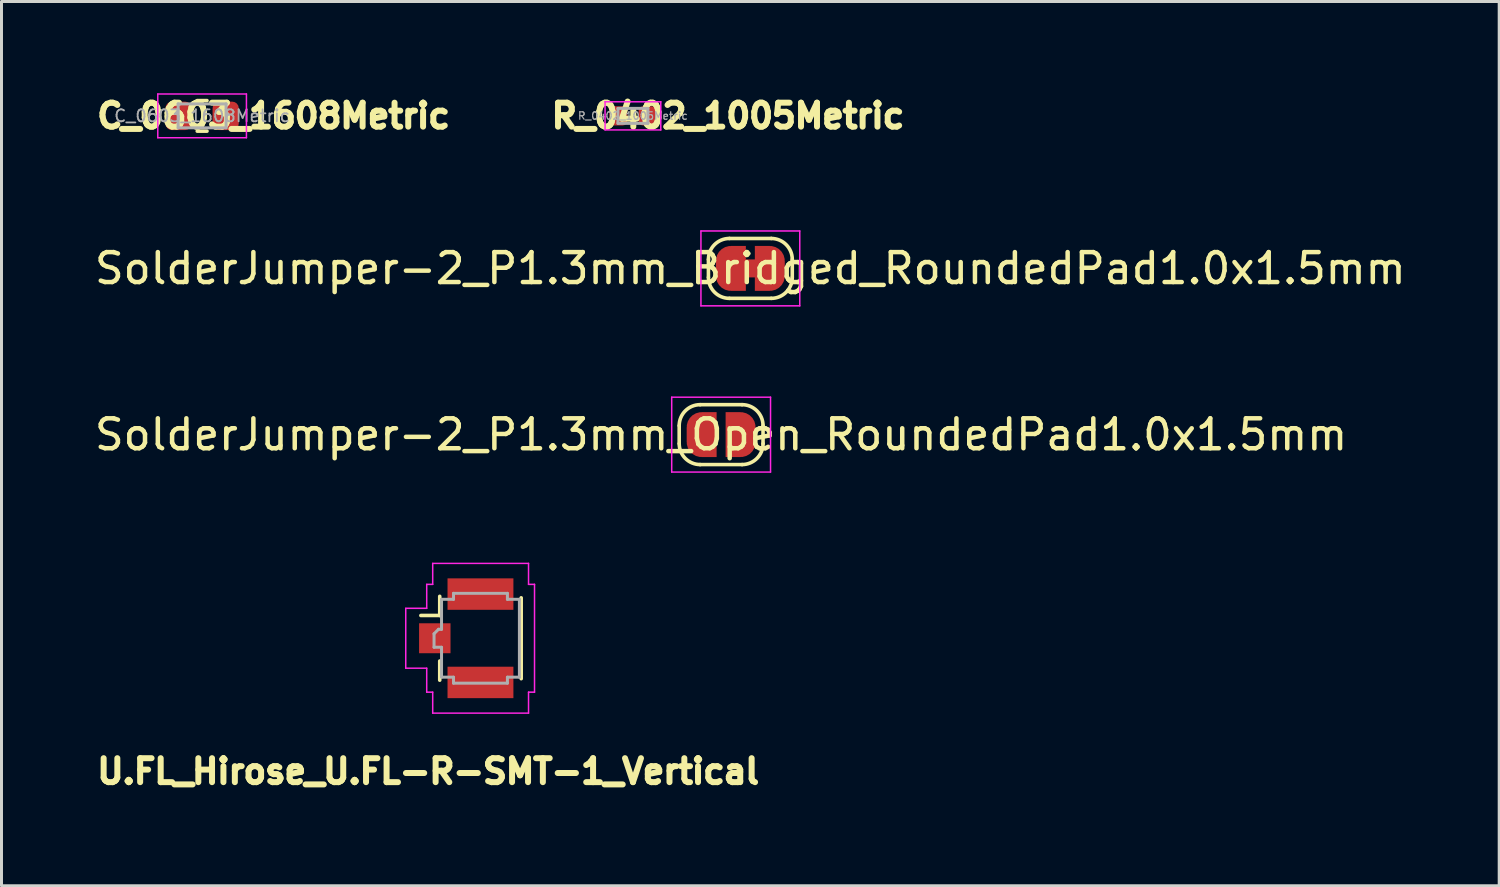
<source format=kicad_pcb>
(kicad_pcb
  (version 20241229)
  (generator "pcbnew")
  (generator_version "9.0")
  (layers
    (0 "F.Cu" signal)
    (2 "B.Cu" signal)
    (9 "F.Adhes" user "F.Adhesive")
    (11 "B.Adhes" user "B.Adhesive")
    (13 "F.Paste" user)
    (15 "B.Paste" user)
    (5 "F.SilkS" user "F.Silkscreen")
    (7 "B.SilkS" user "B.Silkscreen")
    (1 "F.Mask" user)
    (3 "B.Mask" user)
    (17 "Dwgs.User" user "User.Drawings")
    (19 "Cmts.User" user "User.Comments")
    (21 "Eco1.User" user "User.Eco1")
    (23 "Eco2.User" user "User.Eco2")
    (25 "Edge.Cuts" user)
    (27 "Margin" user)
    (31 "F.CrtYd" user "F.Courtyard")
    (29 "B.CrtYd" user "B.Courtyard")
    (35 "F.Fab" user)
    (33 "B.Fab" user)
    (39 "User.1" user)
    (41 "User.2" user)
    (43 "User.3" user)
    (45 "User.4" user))
  (footprint "R_0402_1005Metric"
    (layer "F.Cu")
    (at 18.085 0.819)
    (property "Reference" "R_0402_1005Metric" (at 3.175 0 0) (layer "F.SilkS") (effects (font (size 0.8 0.8) (thickness 0.2))))
    (attr smd)
    (fp_line (start -0.93 -0.47) (end 0.93 -0.47) (stroke (width 0.05) (type solid)) (layer "F.CrtYd"))
    (fp_line (start -0.93 0.47) (end -0.93 -0.47) (stroke (width 0.05) (type solid)) (layer "F.CrtYd"))
    (fp_line (start 0.93 -0.47) (end 0.93 0.47) (stroke (width 0.05) (type solid)) (layer "F.CrtYd"))
    (fp_line (start 0.93 0.47) (end -0.93 0.47) (stroke (width 0.05) (type solid)) (layer "F.CrtYd"))
    (fp_line (start -0.5 -0.25) (end 0.5 -0.25) (stroke (width 0.1) (type solid)) (layer "F.Fab"))
    (fp_line (start -0.5 0.25) (end -0.5 -0.25) (stroke (width 0.1) (type solid)) (layer "F.Fab"))
    (fp_line (start 0.5 -0.25) (end 0.5 0.25) (stroke (width 0.1) (type solid)) (layer "F.Fab"))
    (fp_line (start 0.5 0.25) (end -0.5 0.25) (stroke (width 0.1) (type solid)) (layer "F.Fab"))
    (fp_text user "${REFERENCE}" (at 0 0 0) (layer "F.Fab") (effects (font (size 0.25 0.25) (thickness 0.04))))
    (pad "1" smd roundrect (at -0.485 0) (size 0.59 0.64) (layers "F.Cu" "F.Mask" "F.Paste") (roundrect_rratio 0.25))
    (pad "2" smd roundrect (at 0.485 0) (size 0.59 0.64) (layers "F.Cu" "F.Mask" "F.Paste") (roundrect_rratio 0.25)))
  (footprint "U.FL_Hirose_U.FL-R-SMT-1_Vertical"
    (layer "F.Cu")
    (at 12.519 18.263)
    (property "Reference" "U.FL_Hirose_U.FL-R-SMT-1_Vertical" (at -1.27 4.445 180) (layer "F.SilkS") (effects (font (size 0.8 0.8) (thickness 0.2))))
    (attr smd)
    (fp_line (start -0.885 -1.4) (end -0.885 -0.76) (stroke (width 0.12) (type solid)) (layer "F.SilkS"))
    (fp_line (start -0.885 -0.76) (end -1.515 -0.76) (stroke (width 0.12) (type solid)) (layer "F.SilkS"))
    (fp_line (start -0.885 1.4) (end -0.885 0.76) (stroke (width 0.12) (type solid)) (layer "F.SilkS"))
    (fp_line (start 1.835 -1.35) (end 1.835 1.35) (stroke (width 0.12) (type solid)) (layer "F.SilkS"))
    (fp_line (start -2.02 1) (end -2.02 -1) (stroke (width 0.05) (type solid)) (layer "F.CrtYd"))
    (fp_line (start -1.32 -1.8) (end -1.12 -1.8) (stroke (width 0.05) (type solid)) (layer "F.CrtYd"))
    (fp_line (start -1.32 -1) (end -2.02 -1) (stroke (width 0.05) (type solid)) (layer "F.CrtYd"))
    (fp_line (start -1.32 -1) (end -1.32 -1.8) (stroke (width 0.05) (type solid)) (layer "F.CrtYd"))
    (fp_line (start -1.32 1) (end -2.02 1) (stroke (width 0.05) (type solid)) (layer "F.CrtYd"))
    (fp_line (start -1.32 1.8) (end -1.32 1) (stroke (width 0.05) (type solid)) (layer "F.CrtYd"))
    (fp_line (start -1.32 1.8) (end -1.12 1.8) (stroke (width 0.05) (type solid)) (layer "F.CrtYd"))
    (fp_line (start -1.12 -1.8) (end -1.12 -2.5) (stroke (width 0.05) (type solid)) (layer "F.CrtYd"))
    (fp_line (start -1.12 2.5) (end -1.12 1.8) (stroke (width 0.05) (type solid)) (layer "F.CrtYd"))
    (fp_line (start 2.08 -2.5) (end -1.12 -2.5) (stroke (width 0.05) (type solid)) (layer "F.CrtYd"))
    (fp_line (start 2.08 -1.8) (end 2.08 -2.5) (stroke (width 0.05) (type solid)) (layer "F.CrtYd"))
    (fp_line (start 2.08 -1.8) (end 2.28 -1.8) (stroke (width 0.05) (type solid)) (layer "F.CrtYd"))
    (fp_line (start 2.08 1.8) (end 2.28 1.8) (stroke (width 0.05) (type solid)) (layer "F.CrtYd"))
    (fp_line (start 2.08 2.5) (end -1.12 2.5) (stroke (width 0.05) (type solid)) (layer "F.CrtYd"))
    (fp_line (start 2.08 2.5) (end 2.08 1.8) (stroke (width 0.05) (type solid)) (layer "F.CrtYd"))
    (fp_line (start 2.28 1.8) (end 2.28 -1.8) (stroke (width 0.05) (type solid)) (layer "F.CrtYd"))
    (fp_line (start -1.075 0.3) (end -1.075 -0.15) (stroke (width 0.1) (type solid)) (layer "F.Fab"))
    (fp_line (start -1.075 0.3) (end -0.825 0.3) (stroke (width 0.1) (type solid)) (layer "F.Fab"))
    (fp_line (start -0.925 -0.3) (end -1.075 -0.15) (stroke (width 0.1) (type solid)) (layer "F.Fab"))
    (fp_line (start -0.925 -0.3) (end -0.825 -0.3) (stroke (width 0.1) (type solid)) (layer "F.Fab"))
    (fp_line (start -0.825 -0.3) (end -0.825 -1.3) (stroke (width 0.1) (type solid)) (layer "F.Fab"))
    (fp_line (start -0.825 0.3) (end -0.825 1.3) (stroke (width 0.1) (type solid)) (layer "F.Fab"))
    (fp_line (start -0.425 -1.5) (end -0.425 -1.3) (stroke (width 0.1) (type solid)) (layer "F.Fab"))
    (fp_line (start -0.425 -1.5) (end 1.375 -1.5) (stroke (width 0.1) (type solid)) (layer "F.Fab"))
    (fp_line (start -0.425 -1.3) (end -0.825 -1.3) (stroke (width 0.1) (type solid)) (layer "F.Fab"))
    (fp_line (start -0.425 1.3) (end -0.825 1.3) (stroke (width 0.1) (type solid)) (layer "F.Fab"))
    (fp_line (start -0.425 1.5) (end -0.425 1.3) (stroke (width 0.1) (type solid)) (layer "F.Fab"))
    (fp_line (start -0.425 1.5) (end 1.375 1.5) (stroke (width 0.1) (type solid)) (layer "F.Fab"))
    (fp_line (start 1.375 -1.5) (end 1.375 -1.3) (stroke (width 0.1) (type solid)) (layer "F.Fab"))
    (fp_line (start 1.375 1.5) (end 1.375 1.3) (stroke (width 0.1) (type solid)) (layer "F.Fab"))
    (fp_line (start 1.775 -1.3) (end 1.375 -1.3) (stroke (width 0.1) (type solid)) (layer "F.Fab"))
    (fp_line (start 1.775 -1.3) (end 1.775 1.3) (stroke (width 0.1) (type solid)) (layer "F.Fab"))
    (fp_line (start 1.775 1.3) (end 1.375 1.3) (stroke (width 0.1) (type solid)) (layer "F.Fab"))
    (pad "1" smd rect (at -1.05 0) (size 1.05 1) (layers "F.Cu" "F.Mask" "F.Paste"))
    (pad "2" smd rect (at 0.475 -1.475) (size 2.2 1.05) (layers "F.Cu" "F.Mask" "F.Paste"))
    (pad "2" smd rect (at 0.475 1.475) (size 2.2 1.05) (layers "F.Cu" "F.Mask" "F.Paste")))
  (footprint "SolderJumper-2_P1.3mm_Bridged_RoundedPad1.0x1.5mm"
    (layer "F.Cu")
    (at 22.006 5.913)
    (property "Reference" "SolderJumper-2_P1.3mm_Bridged_RoundedPad1.0x1.5mm" (at 0 0 180) (layer "F.SilkS") (effects (font (size 1 1) (thickness 0.15))))
    (attr exclude_from_pos_files exclude_from_bom)
    (fp_poly (pts (xy 0.25 -0.3) (xy -0.25 -0.3) (xy -0.25 0.3) (xy 0.25 0.3)) (stroke (width 0) (type solid)) (fill yes) (layer "F.Cu"))
    (fp_line (start -1.4 0.3) (end -1.4 -0.3) (stroke (width 0.12) (type solid)) (layer "F.SilkS"))
    (fp_line (start -0.7 -1) (end 0.7 -1) (stroke (width 0.12) (type solid)) (layer "F.SilkS"))
    (fp_line (start 0.7 1) (end -0.7 1) (stroke (width 0.12) (type solid)) (layer "F.SilkS"))
    (fp_line (start 1.4 -0.3) (end 1.4 0.3) (stroke (width 0.12) (type solid)) (layer "F.SilkS"))
    (fp_arc (start -1.4 -0.3) (mid -1.194975 -0.794975) (end -0.7 -1) (stroke (width 0.12) (type solid)) (layer "F.SilkS"))
    (fp_arc (start -0.7 1) (mid -1.194975 0.794975) (end -1.4 0.3) (stroke (width 0.12) (type solid)) (layer "F.SilkS"))
    (fp_arc (start 0.7 -1) (mid 1.194975 -0.794975) (end 1.4 -0.3) (stroke (width 0.12) (type solid)) (layer "F.SilkS"))
    (fp_arc (start 1.4 0.3) (mid 1.194975 0.794975) (end 0.7 1) (stroke (width 0.12) (type solid)) (layer "F.SilkS"))
    (fp_line (start -1.65 -1.25) (end -1.65 1.25) (stroke (width 0.05) (type solid)) (layer "F.CrtYd"))
    (fp_line (start -1.65 -1.25) (end 1.65 -1.25) (stroke (width 0.05) (type solid)) (layer "F.CrtYd"))
    (fp_line (start 1.65 1.25) (end -1.65 1.25) (stroke (width 0.05) (type solid)) (layer "F.CrtYd"))
    (fp_line (start 1.65 1.25) (end 1.65 -1.25) (stroke (width 0.05) (type solid)) (layer "F.CrtYd"))
    (pad "1" smd custom (at -0.65 0) (size 1 0.5) (layers "F.Cu" "F.Mask") (options (anchor rect)) (primitives (gr_circle (center 0 0.25) (end 0.5 0.25) (width 0) (fill yes)) (gr_circle (center 0 -0.25) (end 0.5 -0.25) (width 0) (fill yes)) (gr_poly (pts (xy 0 -0.75) (xy 0.5 -0.75) (xy 0.5 0.75) (xy 0 0.75)) (width 0) (fill yes))))
    (pad "2" smd custom (at 0.65 0) (size 1 0.5) (layers "F.Cu" "F.Mask") (options (anchor rect)) (primitives (gr_circle (center 0 0.25) (end 0.5 0.25) (width 0) (fill yes)) (gr_circle (center 0 -0.25) (end 0.5 -0.25) (width 0) (fill yes)) (gr_poly (pts (xy 0 -0.75) (xy -0.5 -0.75) (xy -0.5 0.75) (xy 0 0.75)) (width 0) (fill yes)))))
  (footprint "SolderJumper-2_P1.3mm_Open_RoundedPad1.0x1.5mm"
    (layer "F.Cu")
    (at 21.03 11.463)
    (property "Reference" "SolderJumper-2_P1.3mm_Open_RoundedPad1.0x1.5mm" (at 0 0 180) (layer "F.SilkS") (effects (font (size 1 1) (thickness 0.15))))
    (attr exclude_from_pos_files exclude_from_bom)
    (fp_line (start -1.4 0.3) (end -1.4 -0.3) (stroke (width 0.12) (type solid)) (layer "F.SilkS"))
    (fp_line (start -0.7 -1) (end 0.7 -1) (stroke (width 0.12) (type solid)) (layer "F.SilkS"))
    (fp_line (start 0.7 1) (end -0.7 1) (stroke (width 0.12) (type solid)) (layer "F.SilkS"))
    (fp_line (start 1.4 -0.3) (end 1.4 0.3) (stroke (width 0.12) (type solid)) (layer "F.SilkS"))
    (fp_arc (start -1.4 -0.3) (mid -1.194975 -0.794975) (end -0.7 -1) (stroke (width 0.12) (type solid)) (layer "F.SilkS"))
    (fp_arc (start -0.7 1) (mid -1.194975 0.794975) (end -1.4 0.3) (stroke (width 0.12) (type solid)) (layer "F.SilkS"))
    (fp_arc (start 0.7 -1) (mid 1.194975 -0.794975) (end 1.4 -0.3) (stroke (width 0.12) (type solid)) (layer "F.SilkS"))
    (fp_arc (start 1.4 0.3) (mid 1.194975 0.794975) (end 0.7 1) (stroke (width 0.12) (type solid)) (layer "F.SilkS"))
    (fp_line (start -1.65 -1.25) (end -1.65 1.25) (stroke (width 0.05) (type solid)) (layer "F.CrtYd"))
    (fp_line (start -1.65 -1.25) (end 1.65 -1.25) (stroke (width 0.05) (type solid)) (layer "F.CrtYd"))
    (fp_line (start 1.65 1.25) (end -1.65 1.25) (stroke (width 0.05) (type solid)) (layer "F.CrtYd"))
    (fp_line (start 1.65 1.25) (end 1.65 -1.25) (stroke (width 0.05) (type solid)) (layer "F.CrtYd"))
    (pad "1" smd custom (at -0.65 0) (size 1 0.5) (layers "F.Cu" "F.Mask") (options (anchor rect)) (primitives (gr_circle (center 0 0.25) (end 0.5 0.25) (width 0) (fill yes)) (gr_circle (center 0 -0.25) (end 0.5 -0.25) (width 0) (fill yes)) (gr_poly (pts (xy 0 -0.75) (xy 0.5 -0.75) (xy 0.5 0.75) (xy 0 0.75)) (width 0) (fill yes))))
    (pad "2" smd custom (at 0.65 0) (size 1 0.5) (layers "F.Cu" "F.Mask") (options (anchor rect)) (primitives (gr_circle (center 0 0.25) (end 0.5 0.25) (width 0) (fill yes)) (gr_circle (center 0 -0.25) (end 0.5 -0.25) (width 0) (fill yes)) (gr_poly (pts (xy 0 -0.75) (xy -0.5 -0.75) (xy -0.5 0.75) (xy 0 0.75)) (width 0) (fill yes)))))
  (footprint "C_0603_1608Metric"
    (layer "F.Cu")
    (at 3.699 0.819)
    (property "Reference" "C_0603_1608Metric" (at 2.388 0 180) (layer "F.SilkS") (effects (font (size 0.8 0.8) (thickness 0.2))))
    (attr smd)
    (fp_line (start -0.163 -0.51) (end 0.163 -0.51) (stroke (width 0.12) (type solid)) (layer "F.SilkS"))
    (fp_line (start -0.163 0.51) (end 0.163 0.51) (stroke (width 0.12) (type solid)) (layer "F.SilkS"))
    (fp_line (start -1.48 -0.73) (end 1.48 -0.73) (stroke (width 0.05) (type solid)) (layer "F.CrtYd"))
    (fp_line (start -1.48 0.73) (end -1.48 -0.73) (stroke (width 0.05) (type solid)) (layer "F.CrtYd"))
    (fp_line (start 1.48 -0.73) (end 1.48 0.73) (stroke (width 0.05) (type solid)) (layer "F.CrtYd"))
    (fp_line (start 1.48 0.73) (end -1.48 0.73) (stroke (width 0.05) (type solid)) (layer "F.CrtYd"))
    (fp_line (start -0.8 -0.4) (end 0.8 -0.4) (stroke (width 0.1) (type solid)) (layer "F.Fab"))
    (fp_line (start -0.8 0.4) (end -0.8 -0.4) (stroke (width 0.1) (type solid)) (layer "F.Fab"))
    (fp_line (start 0.8 -0.4) (end 0.8 0.4) (stroke (width 0.1) (type solid)) (layer "F.Fab"))
    (fp_line (start 0.8 0.4) (end -0.8 0.4) (stroke (width 0.1) (type solid)) (layer "F.Fab"))
    (fp_text user "${REFERENCE}" (at 0 0 180) (layer "F.Fab") (effects (font (size 0.4 0.4) (thickness 0.06))))
    (pad "1" smd roundrect (at -0.787 0) (size 0.875 0.95) (layers "F.Cu" "F.Mask" "F.Paste") (roundrect_rratio 0.25))
    (pad "2" smd roundrect (at 0.787 0) (size 0.875 0.95) (layers "F.Cu" "F.Mask" "F.Paste") (roundrect_rratio 0.25)))
  (gr_rect
    (start -3 -3)
    (end 47.012 26.527)
    (stroke (width 0.1) (type default))
    (fill no)
    (layer "Edge.Cuts")))
</source>
